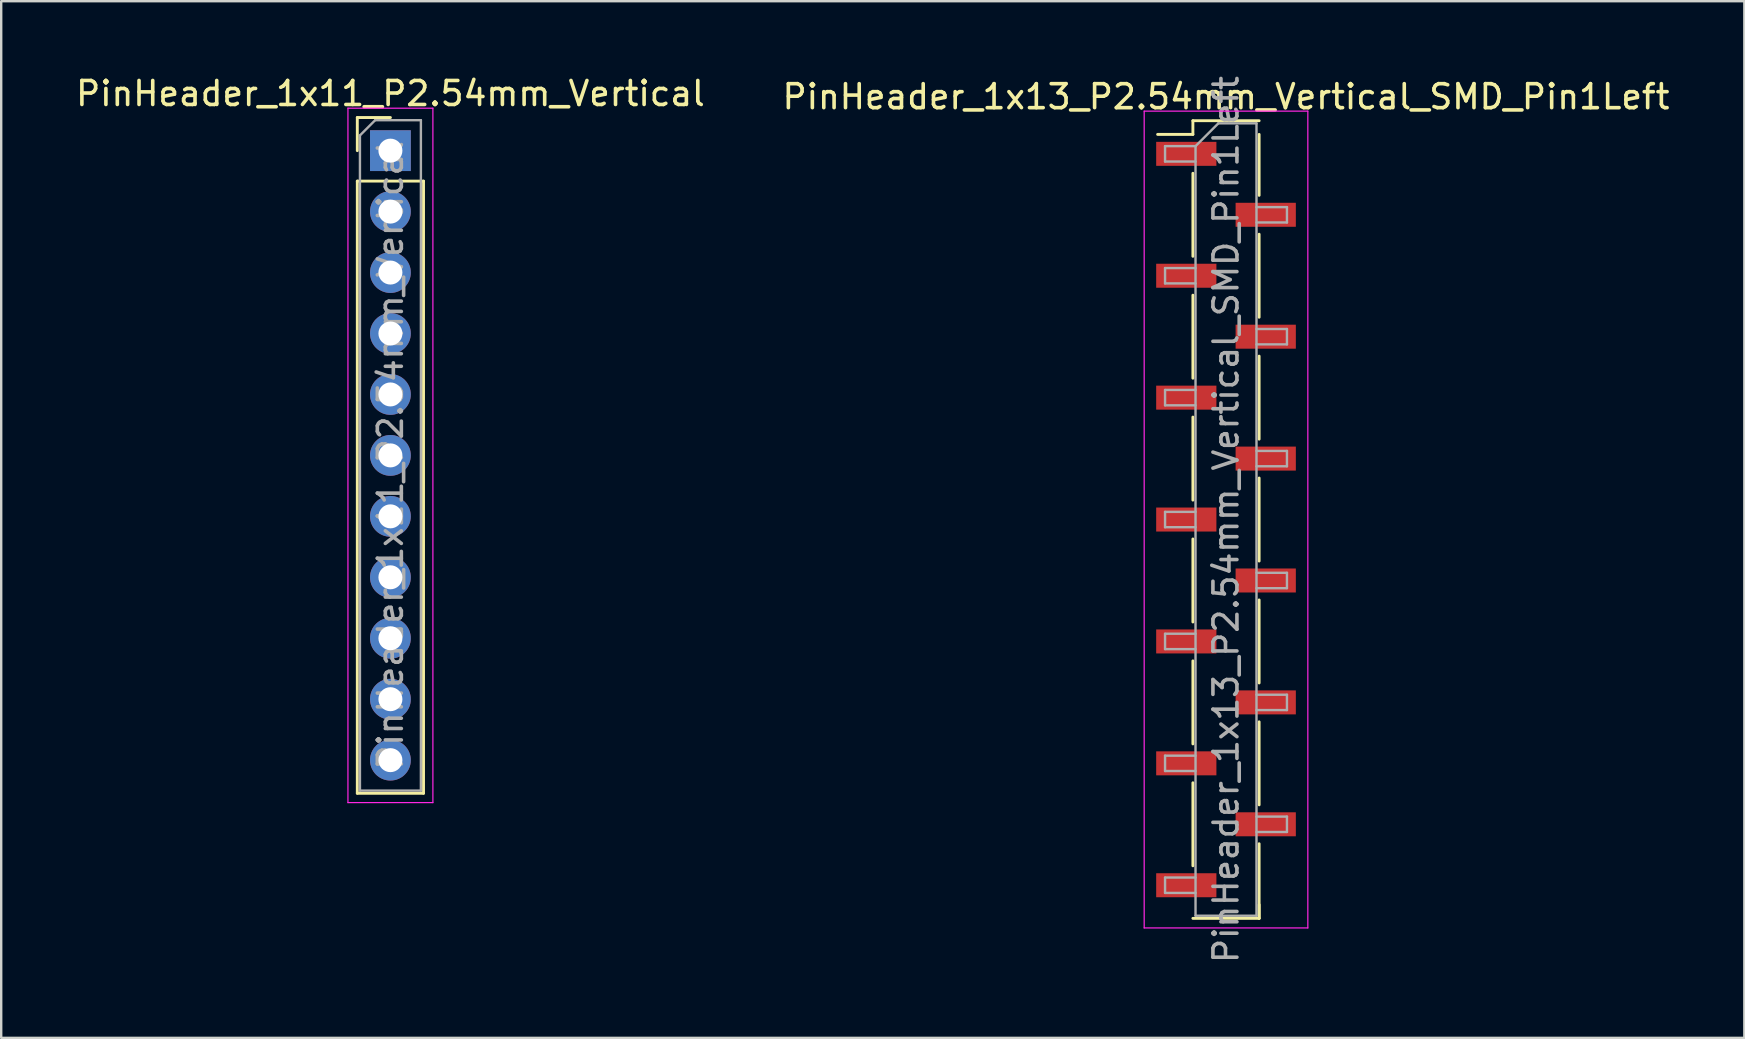
<source format=kicad_pcb>
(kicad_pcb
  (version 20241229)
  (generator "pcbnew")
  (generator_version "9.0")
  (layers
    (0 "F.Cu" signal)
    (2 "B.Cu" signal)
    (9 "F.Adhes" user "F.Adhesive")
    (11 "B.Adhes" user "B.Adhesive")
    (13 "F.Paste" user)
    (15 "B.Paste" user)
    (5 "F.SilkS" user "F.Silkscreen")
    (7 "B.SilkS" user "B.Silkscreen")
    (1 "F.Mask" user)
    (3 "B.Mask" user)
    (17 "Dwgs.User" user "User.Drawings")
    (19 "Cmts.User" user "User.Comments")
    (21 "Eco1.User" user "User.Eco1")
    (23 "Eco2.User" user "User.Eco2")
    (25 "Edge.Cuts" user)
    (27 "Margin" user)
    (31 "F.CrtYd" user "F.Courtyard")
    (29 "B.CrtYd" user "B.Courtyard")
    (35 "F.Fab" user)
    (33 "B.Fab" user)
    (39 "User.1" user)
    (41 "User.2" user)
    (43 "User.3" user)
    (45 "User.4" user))
  (footprint "PinHeader_1x11_P2.54mm_Vertical"
    (layer "F.Cu")
    (at 13.22 3.228)
    (property "Reference" "PinHeader_1x11_P2.54mm_Vertical" (at 0 -2.38 0) (layer "F.SilkS") (effects (font (size 1 1) (thickness 0.15))))
    (attr through_hole)
    (fp_line (start -1.38 -1.38) (end 0 -1.38) (stroke (width 0.12) (type solid)) (layer "F.SilkS"))
    (fp_line (start -1.38 0) (end -1.38 -1.38) (stroke (width 0.12) (type solid)) (layer "F.SilkS"))
    (fp_line (start -1.38 1.27) (end -1.38 26.78) (stroke (width 0.12) (type solid)) (layer "F.SilkS"))
    (fp_line (start -1.38 1.27) (end 1.38 1.27) (stroke (width 0.12) (type solid)) (layer "F.SilkS"))
    (fp_line (start -1.38 26.78) (end 1.38 26.78) (stroke (width 0.12) (type solid)) (layer "F.SilkS"))
    (fp_line (start 1.38 1.27) (end 1.38 26.78) (stroke (width 0.12) (type solid)) (layer "F.SilkS"))
    (fp_line (start -1.77 -1.77) (end -1.77 27.17) (stroke (width 0.05) (type solid)) (layer "F.CrtYd"))
    (fp_line (start -1.77 27.17) (end 1.77 27.17) (stroke (width 0.05) (type solid)) (layer "F.CrtYd"))
    (fp_line (start 1.77 -1.77) (end -1.77 -1.77) (stroke (width 0.05) (type solid)) (layer "F.CrtYd"))
    (fp_line (start 1.77 27.17) (end 1.77 -1.77) (stroke (width 0.05) (type solid)) (layer "F.CrtYd"))
    (fp_line (start -1.27 -0.635) (end -0.635 -1.27) (stroke (width 0.1) (type solid)) (layer "F.Fab"))
    (fp_line (start -1.27 26.67) (end -1.27 -0.635) (stroke (width 0.1) (type solid)) (layer "F.Fab"))
    (fp_line (start -0.635 -1.27) (end 1.27 -1.27) (stroke (width 0.1) (type solid)) (layer "F.Fab"))
    (fp_line (start 1.27 -1.27) (end 1.27 26.67) (stroke (width 0.1) (type solid)) (layer "F.Fab"))
    (fp_line (start 1.27 26.67) (end -1.27 26.67) (stroke (width 0.1) (type solid)) (layer "F.Fab"))
    (fp_text user "${REFERENCE}" (at 0 12.7 90) (layer "F.Fab") (effects (font (size 1 1) (thickness 0.15))))
    (pad "1" thru_hole rect (at 0 0) (size 1.7 1.7) (drill 1) (layers "*.Cu" "*.Mask"))
    (pad "2" thru_hole circle (at 0 2.54) (size 1.7 1.7) (drill 1) (layers "*.Cu" "*.Mask"))
    (pad "3" thru_hole circle (at 0 5.08) (size 1.7 1.7) (drill 1) (layers "*.Cu" "*.Mask"))
    (pad "4" thru_hole circle (at 0 7.62) (size 1.7 1.7) (drill 1) (layers "*.Cu" "*.Mask"))
    (pad "5" thru_hole circle (at 0 10.16) (size 1.7 1.7) (drill 1) (layers "*.Cu" "*.Mask"))
    (pad "6" thru_hole circle (at 0 12.7) (size 1.7 1.7) (drill 1) (layers "*.Cu" "*.Mask"))
    (pad "7" thru_hole circle (at 0 15.24) (size 1.7 1.7) (drill 1) (layers "*.Cu" "*.Mask"))
    (pad "8" thru_hole circle (at 0 17.78) (size 1.7 1.7) (drill 1) (layers "*.Cu" "*.Mask"))
    (pad "9" thru_hole circle (at 0 20.32) (size 1.7 1.7) (drill 1) (layers "*.Cu" "*.Mask"))
    (pad "10" thru_hole circle (at 0 22.86) (size 1.7 1.7) (drill 1) (layers "*.Cu" "*.Mask"))
    (pad "11" thru_hole circle (at 0 25.4) (size 1.7 1.7) (drill 1) (layers "*.Cu" "*.Mask")))
  (footprint "PinHeader_1x13_P2.54mm_Vertical_SMD_Pin1Left"
    (layer "F.Cu")
    (at 48.042 18.601)
    (property "Reference" "PinHeader_1x13_P2.54mm_Vertical_SMD_Pin1Left" (at 0 -17.62 0) (layer "F.SilkS") (effects (font (size 1 1) (thickness 0.15))))
    (attr smd)
    (fp_line (start -1.38 -16.62) (end -1.38 -16.05) (stroke (width 0.12) (type solid)) (layer "F.SilkS"))
    (fp_line (start -1.38 -16.62) (end 1.38 -16.62) (stroke (width 0.12) (type solid)) (layer "F.SilkS"))
    (fp_line (start -1.38 -16.05) (end -2.85 -16.05) (stroke (width 0.12) (type solid)) (layer "F.SilkS"))
    (fp_line (start -1.38 -14.43) (end -1.38 -10.97) (stroke (width 0.12) (type solid)) (layer "F.SilkS"))
    (fp_line (start -1.38 -9.35) (end -1.38 -5.89) (stroke (width 0.12) (type solid)) (layer "F.SilkS"))
    (fp_line (start -1.38 -4.27) (end -1.38 -0.81) (stroke (width 0.12) (type solid)) (layer "F.SilkS"))
    (fp_line (start -1.38 0.81) (end -1.38 4.27) (stroke (width 0.12) (type solid)) (layer "F.SilkS"))
    (fp_line (start -1.38 5.89) (end -1.38 9.35) (stroke (width 0.12) (type solid)) (layer "F.SilkS"))
    (fp_line (start -1.38 10.97) (end -1.38 14.43) (stroke (width 0.12) (type solid)) (layer "F.SilkS"))
    (fp_line (start -1.38 16.62) (end 1.38 16.62) (stroke (width 0.12) (type solid)) (layer "F.SilkS"))
    (fp_line (start 1.38 -16.05) (end 1.38 -13.51) (stroke (width 0.12) (type solid)) (layer "F.SilkS"))
    (fp_line (start 1.38 -11.89) (end 1.38 -8.43) (stroke (width 0.12) (type solid)) (layer "F.SilkS"))
    (fp_line (start 1.38 -6.81) (end 1.38 -3.35) (stroke (width 0.12) (type solid)) (layer "F.SilkS"))
    (fp_line (start 1.38 -1.73) (end 1.38 1.73) (stroke (width 0.12) (type solid)) (layer "F.SilkS"))
    (fp_line (start 1.38 3.35) (end 1.38 6.81) (stroke (width 0.12) (type solid)) (layer "F.SilkS"))
    (fp_line (start 1.38 8.43) (end 1.38 11.89) (stroke (width 0.12) (type solid)) (layer "F.SilkS"))
    (fp_line (start 1.38 13.51) (end 1.38 16.62) (stroke (width 0.12) (type solid)) (layer "F.SilkS"))
    (fp_line (start 1.38 16.05) (end 1.38 16.62) (stroke (width 0.12) (type solid)) (layer "F.SilkS"))
    (fp_line (start -3.41 -17.02) (end -3.41 17.02) (stroke (width 0.05) (type solid)) (layer "F.CrtYd"))
    (fp_line (start -3.41 17.02) (end 3.41 17.02) (stroke (width 0.05) (type solid)) (layer "F.CrtYd"))
    (fp_line (start 3.41 -17.02) (end -3.41 -17.02) (stroke (width 0.05) (type solid)) (layer "F.CrtYd"))
    (fp_line (start 3.41 17.02) (end 3.41 -17.02) (stroke (width 0.05) (type solid)) (layer "F.CrtYd"))
    (fp_line (start -2.54 -15.56) (end -2.54 -14.92) (stroke (width 0.1) (type solid)) (layer "F.Fab"))
    (fp_line (start -2.54 -14.92) (end -1.27 -14.92) (stroke (width 0.1) (type solid)) (layer "F.Fab"))
    (fp_line (start -2.54 -10.48) (end -2.54 -9.84) (stroke (width 0.1) (type solid)) (layer "F.Fab"))
    (fp_line (start -2.54 -9.84) (end -1.27 -9.84) (stroke (width 0.1) (type solid)) (layer "F.Fab"))
    (fp_line (start -2.54 -5.4) (end -2.54 -4.76) (stroke (width 0.1) (type solid)) (layer "F.Fab"))
    (fp_line (start -2.54 -4.76) (end -1.27 -4.76) (stroke (width 0.1) (type solid)) (layer "F.Fab"))
    (fp_line (start -2.54 -0.32) (end -2.54 0.32) (stroke (width 0.1) (type solid)) (layer "F.Fab"))
    (fp_line (start -2.54 0.32) (end -1.27 0.32) (stroke (width 0.1) (type solid)) (layer "F.Fab"))
    (fp_line (start -2.54 4.76) (end -2.54 5.4) (stroke (width 0.1) (type solid)) (layer "F.Fab"))
    (fp_line (start -2.54 5.4) (end -1.27 5.4) (stroke (width 0.1) (type solid)) (layer "F.Fab"))
    (fp_line (start -2.54 9.84) (end -2.54 10.48) (stroke (width 0.1) (type solid)) (layer "F.Fab"))
    (fp_line (start -2.54 10.48) (end -1.27 10.48) (stroke (width 0.1) (type solid)) (layer "F.Fab"))
    (fp_line (start -2.54 14.92) (end -2.54 15.56) (stroke (width 0.1) (type solid)) (layer "F.Fab"))
    (fp_line (start -2.54 15.56) (end -1.27 15.56) (stroke (width 0.1) (type solid)) (layer "F.Fab"))
    (fp_line (start -1.27 -15.56) (end -2.54 -15.56) (stroke (width 0.1) (type solid)) (layer "F.Fab"))
    (fp_line (start -1.27 -15.56) (end -0.32 -16.51) (stroke (width 0.1) (type solid)) (layer "F.Fab"))
    (fp_line (start -1.27 -10.48) (end -2.54 -10.48) (stroke (width 0.1) (type solid)) (layer "F.Fab"))
    (fp_line (start -1.27 -5.4) (end -2.54 -5.4) (stroke (width 0.1) (type solid)) (layer "F.Fab"))
    (fp_line (start -1.27 -0.32) (end -2.54 -0.32) (stroke (width 0.1) (type solid)) (layer "F.Fab"))
    (fp_line (start -1.27 4.76) (end -2.54 4.76) (stroke (width 0.1) (type solid)) (layer "F.Fab"))
    (fp_line (start -1.27 9.84) (end -2.54 9.84) (stroke (width 0.1) (type solid)) (layer "F.Fab"))
    (fp_line (start -1.27 14.92) (end -2.54 14.92) (stroke (width 0.1) (type solid)) (layer "F.Fab"))
    (fp_line (start -1.27 16.51) (end -1.27 -15.56) (stroke (width 0.1) (type solid)) (layer "F.Fab"))
    (fp_line (start -0.32 -16.51) (end 1.27 -16.51) (stroke (width 0.1) (type solid)) (layer "F.Fab"))
    (fp_line (start 1.27 -16.51) (end 1.27 16.51) (stroke (width 0.1) (type solid)) (layer "F.Fab"))
    (fp_line (start 1.27 -13.02) (end 2.54 -13.02) (stroke (width 0.1) (type solid)) (layer "F.Fab"))
    (fp_line (start 1.27 -7.94) (end 2.54 -7.94) (stroke (width 0.1) (type solid)) (layer "F.Fab"))
    (fp_line (start 1.27 -2.86) (end 2.54 -2.86) (stroke (width 0.1) (type solid)) (layer "F.Fab"))
    (fp_line (start 1.27 2.22) (end 2.54 2.22) (stroke (width 0.1) (type solid)) (layer "F.Fab"))
    (fp_line (start 1.27 7.3) (end 2.54 7.3) (stroke (width 0.1) (type solid)) (layer "F.Fab"))
    (fp_line (start 1.27 12.38) (end 2.54 12.38) (stroke (width 0.1) (type solid)) (layer "F.Fab"))
    (fp_line (start 1.27 16.51) (end -1.27 16.51) (stroke (width 0.1) (type solid)) (layer "F.Fab"))
    (fp_line (start 2.54 -13.02) (end 2.54 -12.38) (stroke (width 0.1) (type solid)) (layer "F.Fab"))
    (fp_line (start 2.54 -12.38) (end 1.27 -12.38) (stroke (width 0.1) (type solid)) (layer "F.Fab"))
    (fp_line (start 2.54 -7.94) (end 2.54 -7.3) (stroke (width 0.1) (type solid)) (layer "F.Fab"))
    (fp_line (start 2.54 -7.3) (end 1.27 -7.3) (stroke (width 0.1) (type solid)) (layer "F.Fab"))
    (fp_line (start 2.54 -2.86) (end 2.54 -2.22) (stroke (width 0.1) (type solid)) (layer "F.Fab"))
    (fp_line (start 2.54 -2.22) (end 1.27 -2.22) (stroke (width 0.1) (type solid)) (layer "F.Fab"))
    (fp_line (start 2.54 2.22) (end 2.54 2.86) (stroke (width 0.1) (type solid)) (layer "F.Fab"))
    (fp_line (start 2.54 2.86) (end 1.27 2.86) (stroke (width 0.1) (type solid)) (layer "F.Fab"))
    (fp_line (start 2.54 7.3) (end 2.54 7.94) (stroke (width 0.1) (type solid)) (layer "F.Fab"))
    (fp_line (start 2.54 7.94) (end 1.27 7.94) (stroke (width 0.1) (type solid)) (layer "F.Fab"))
    (fp_line (start 2.54 12.38) (end 2.54 13.02) (stroke (width 0.1) (type solid)) (layer "F.Fab"))
    (fp_line (start 2.54 13.02) (end 1.27 13.02) (stroke (width 0.1) (type solid)) (layer "F.Fab"))
    (fp_text user "${REFERENCE}" (at 0 0 90) (layer "F.Fab") (effects (font (size 1 1) (thickness 0.15))))
    (pad "1" smd rect (at -1.655 -15.24) (size 2.51 1) (layers "F.Cu" "F.Mask" "F.Paste"))
    (pad "2" smd rect (at 1.655 -12.7) (size 2.51 1) (layers "F.Cu" "F.Mask" "F.Paste"))
    (pad "3" smd rect (at -1.655 -10.16) (size 2.51 1) (layers "F.Cu" "F.Mask" "F.Paste"))
    (pad "4" smd rect (at 1.655 -7.62) (size 2.51 1) (layers "F.Cu" "F.Mask" "F.Paste"))
    (pad "5" smd rect (at -1.655 -5.08) (size 2.51 1) (layers "F.Cu" "F.Mask" "F.Paste"))
    (pad "6" smd rect (at 1.655 -2.54) (size 2.51 1) (layers "F.Cu" "F.Mask" "F.Paste"))
    (pad "7" smd rect (at -1.655 0) (size 2.51 1) (layers "F.Cu" "F.Mask" "F.Paste"))
    (pad "8" smd rect (at 1.655 2.54) (size 2.51 1) (layers "F.Cu" "F.Mask" "F.Paste"))
    (pad "9" smd rect (at -1.655 5.08) (size 2.51 1) (layers "F.Cu" "F.Mask" "F.Paste"))
    (pad "10" smd rect (at 1.655 7.62) (size 2.51 1) (layers "F.Cu" "F.Mask" "F.Paste"))
    (pad "11" smd rect (at -1.655 10.16) (size 2.51 1) (layers "F.Cu" "F.Mask" "F.Paste"))
    (pad "12" smd rect (at 1.655 12.7) (size 2.51 1) (layers "F.Cu" "F.Mask" "F.Paste"))
    (pad "13" smd rect (at -1.655 15.24) (size 2.51 1) (layers "F.Cu" "F.Mask" "F.Paste")))
  (gr_rect
    (start -3 -3)
    (end 69.643 40.202)
    (stroke (width 0.1) (type default))
    (fill no)
    (layer "Edge.Cuts")))
</source>
